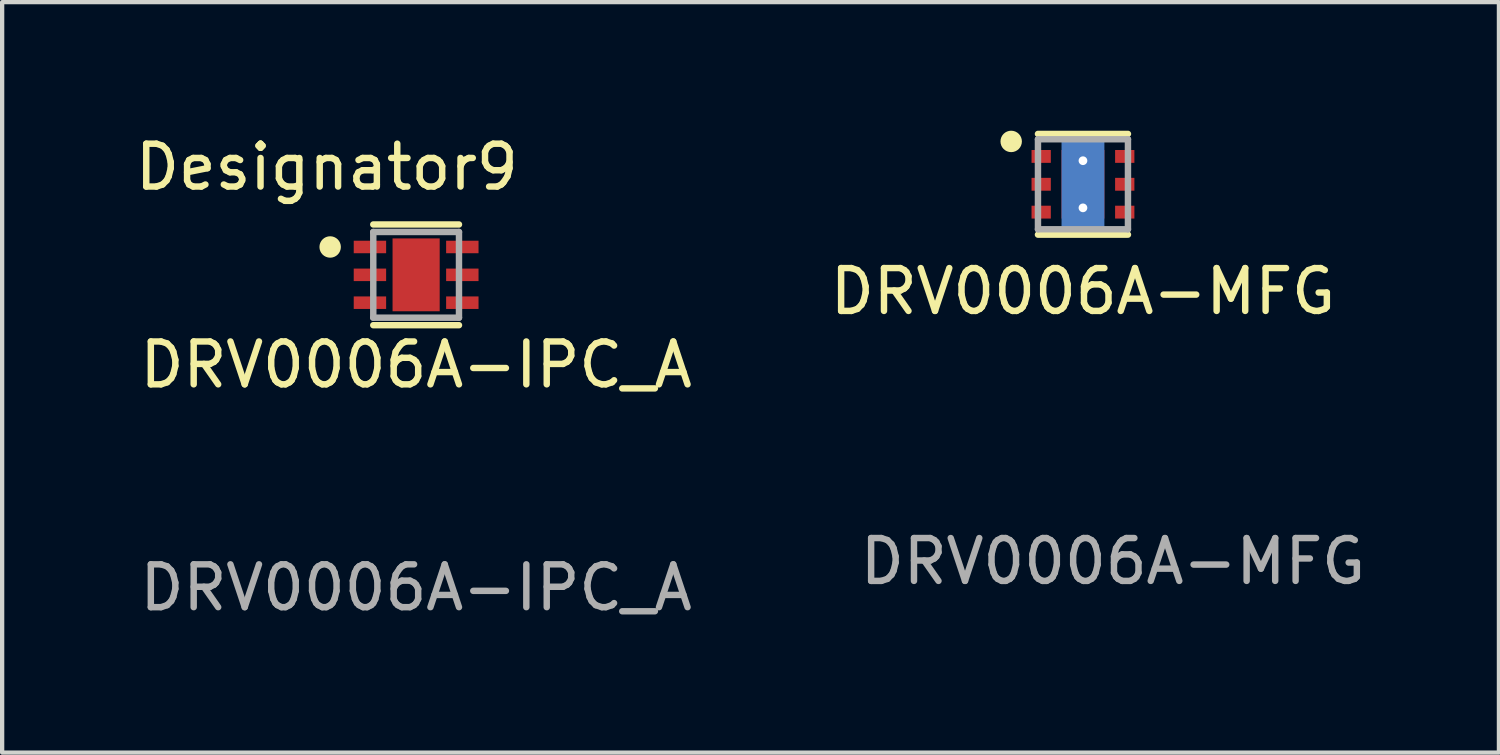
<source format=kicad_pcb>
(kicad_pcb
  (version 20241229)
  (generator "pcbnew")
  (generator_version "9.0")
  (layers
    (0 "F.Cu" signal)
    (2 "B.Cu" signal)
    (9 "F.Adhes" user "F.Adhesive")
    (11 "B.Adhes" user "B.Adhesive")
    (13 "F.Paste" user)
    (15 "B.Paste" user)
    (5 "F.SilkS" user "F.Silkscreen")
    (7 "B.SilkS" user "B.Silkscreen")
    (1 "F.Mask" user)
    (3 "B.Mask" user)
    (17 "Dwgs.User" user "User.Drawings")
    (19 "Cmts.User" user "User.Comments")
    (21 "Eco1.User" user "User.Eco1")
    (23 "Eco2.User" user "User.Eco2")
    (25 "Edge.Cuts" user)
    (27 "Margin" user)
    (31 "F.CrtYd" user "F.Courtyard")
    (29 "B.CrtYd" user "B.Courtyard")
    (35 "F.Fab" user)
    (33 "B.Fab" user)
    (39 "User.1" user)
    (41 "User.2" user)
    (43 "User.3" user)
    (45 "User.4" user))
  (footprint "DRV0006A-IPC_A"
    (layer "F.Cu")
    (at 6.66 3.363)
    (property "Reference" "DRV0006A-IPC_A" (at 0 2.1 0) (unlocked yes) (layer "F.SilkS") (effects (font (size 1 1) (thickness 0.15))))
    (attr smd)
    (fp_line (start -1 -1.175) (end 1 -1.175) (stroke (width 0.15) (type solid)) (layer "F.SilkS"))
    (fp_line (start -1 1.175) (end 1 1.175) (stroke (width 0.15) (type solid)) (layer "F.SilkS"))
    (fp_circle (center -2.006 -0.65) (end -1.881 -0.65) (stroke (width 0.25) (type solid)) (fill no) (layer "F.SilkS"))
    (fp_poly (pts (xy -0.308 0.608) (xy 0.308 0.608) (xy 0.308 -0.608) (xy -0.308 -0.608)) (stroke (width 0) (type solid)) (fill yes) (layer "F.Paste"))
    (fp_line (start -1 -1) (end 1 -1) (stroke (width 0.15) (type solid)) (layer "F.Fab"))
    (fp_line (start -1 1) (end -1 -1) (stroke (width 0.15) (type solid)) (layer "F.Fab"))
    (fp_line (start -1 1) (end 1 1) (stroke (width 0.15) (type solid)) (layer "F.Fab"))
    (fp_line (start 1 1) (end 1 -1) (stroke (width 0.15) (type solid)) (layer "F.Fab"))
    (fp_text user "Designator9" (at -2.083 -2.515 0) (unlocked yes) (layer "F.SilkS") (effects (font (size 1 1) (thickness 0.15))))
    (fp_text user "${REFERENCE}" (at 0 7.3 0) (unlocked yes) (layer "F.Fab") (effects (font (size 1 1) (thickness 0.15))))
    (pad "1" smd rect (at -1.078 -0.65) (size 0.756 0.292) (layers "F.Cu" "F.Mask" "F.Paste"))
    (pad "2" smd rect (at -1.078 0) (size 0.756 0.292) (layers "F.Cu" "F.Mask" "F.Paste"))
    (pad "3" smd rect (at -1.078 0.65) (size 0.756 0.292) (layers "F.Cu" "F.Mask" "F.Paste"))
    (pad "4" smd rect (at 1.078 0.65) (size 0.756 0.292) (layers "F.Cu" "F.Mask" "F.Paste"))
    (pad "5" smd rect (at 1.078 0) (size 0.756 0.292) (layers "F.Cu" "F.Mask" "F.Paste"))
    (pad "6" smd rect (at 1.078 -0.65) (size 0.756 0.292) (layers "F.Cu" "F.Mask" "F.Paste"))
    (pad "7" smd rect (at 0 0) (size 1.1 1.7) (layers "F.Cu" "F.Mask")))
  (footprint "DRV0006A-MFG"
    (layer "F.Cu")
    (at 22.22 1.25)
    (property "Reference" "DRV0006A-MFG" (at 0 2.5 0) (unlocked yes) (layer "F.SilkS") (effects (font (size 1 1) (thickness 0.15))))
    (attr smd)
    (fp_line (start -1.05 -1.175) (end 1.05 -1.175) (stroke (width 0.15) (type solid)) (layer "F.SilkS"))
    (fp_line (start -1.05 1.175) (end 1.05 1.175) (stroke (width 0.15) (type solid)) (layer "F.SilkS"))
    (fp_circle (center -1.675 -1) (end -1.55 -1) (stroke (width 0.25) (type solid)) (fill no) (layer "F.SilkS"))
    (fp_poly (pts (xy -0.5 0.15) (xy -0.45 0.1) (xy 0.45 0.1) (xy 0.5 0.15) (xy 0.5 0.75) (xy 0.45 0.8) (xy -0.45 0.8) (xy -0.5 0.75)) (stroke (width 0) (type solid)) (fill yes) (layer "F.Paste"))
    (fp_poly (pts (xy 0.45 -0.8) (xy 0.5 -0.75) (xy 0.5 -0.15) (xy 0.45 -0.1) (xy -0.45 -0.1) (xy -0.5 -0.15) (xy -0.5 -0.75) (xy -0.45 -0.8)) (stroke (width 0) (type solid)) (fill yes) (layer "F.Paste"))
    (fp_line (start -1.05 -1.05) (end 1.05 -1.05) (stroke (width 0.15) (type solid)) (layer "F.Fab"))
    (fp_line (start -1.05 1.05) (end -1.05 -1.05) (stroke (width 0.15) (type solid)) (layer "F.Fab"))
    (fp_line (start -1.05 1.05) (end 1.05 1.05) (stroke (width 0.15) (type solid)) (layer "F.Fab"))
    (fp_line (start 1.05 1.05) (end 1.05 -1.05) (stroke (width 0.15) (type solid)) (layer "F.Fab"))
    (fp_text user "${REFERENCE}" (at 0.7 8.8 0) (unlocked yes) (layer "F.Fab") (effects (font (size 1 1) (thickness 0.15))))
    (pad "" thru_hole circle (at 0 -0.55) (size 0.5 0.5) (drill 0.203) (layers "*.Cu" "*.Mask"))
    (pad "" thru_hole circle (at 0 0.55) (size 0.5 0.5) (drill 0.203) (layers "*.Cu" "*.Mask"))
    (pad "1" smd rect (at -0.975 -0.65) (size 0.45 0.3) (layers "F.Cu" "F.Mask" "F.Paste"))
    (pad "2" smd rect (at -0.975 0) (size 0.45 0.3) (layers "F.Cu" "F.Mask" "F.Paste"))
    (pad "3" smd rect (at -0.975 0.65) (size 0.45 0.3) (layers "F.Cu" "F.Mask" "F.Paste"))
    (pad "4" smd rect (at 0.975 0.65) (size 0.45 0.3) (layers "F.Cu" "F.Mask" "F.Paste"))
    (pad "5" smd rect (at 0.975 0) (size 0.45 0.3) (layers "F.Cu" "F.Mask" "F.Paste"))
    (pad "6" smd rect (at 0.975 -0.65) (size 0.45 0.3) (layers "F.Cu" "F.Mask" "F.Paste"))
    (pad "7" smd rect (at 0 0) (size 1 1.6) (layers "F.Cu" "F.Mask"))
    (pad "7" smd rect (at 0 0.05) (size 1 2.1) (layers "B.Cu" "B.Mask")))
  (gr_rect
    (start -3 -3)
    (end 31.926 14.511)
    (stroke (width 0.1) (type default))
    (fill no)
    (layer "Edge.Cuts")))
</source>
